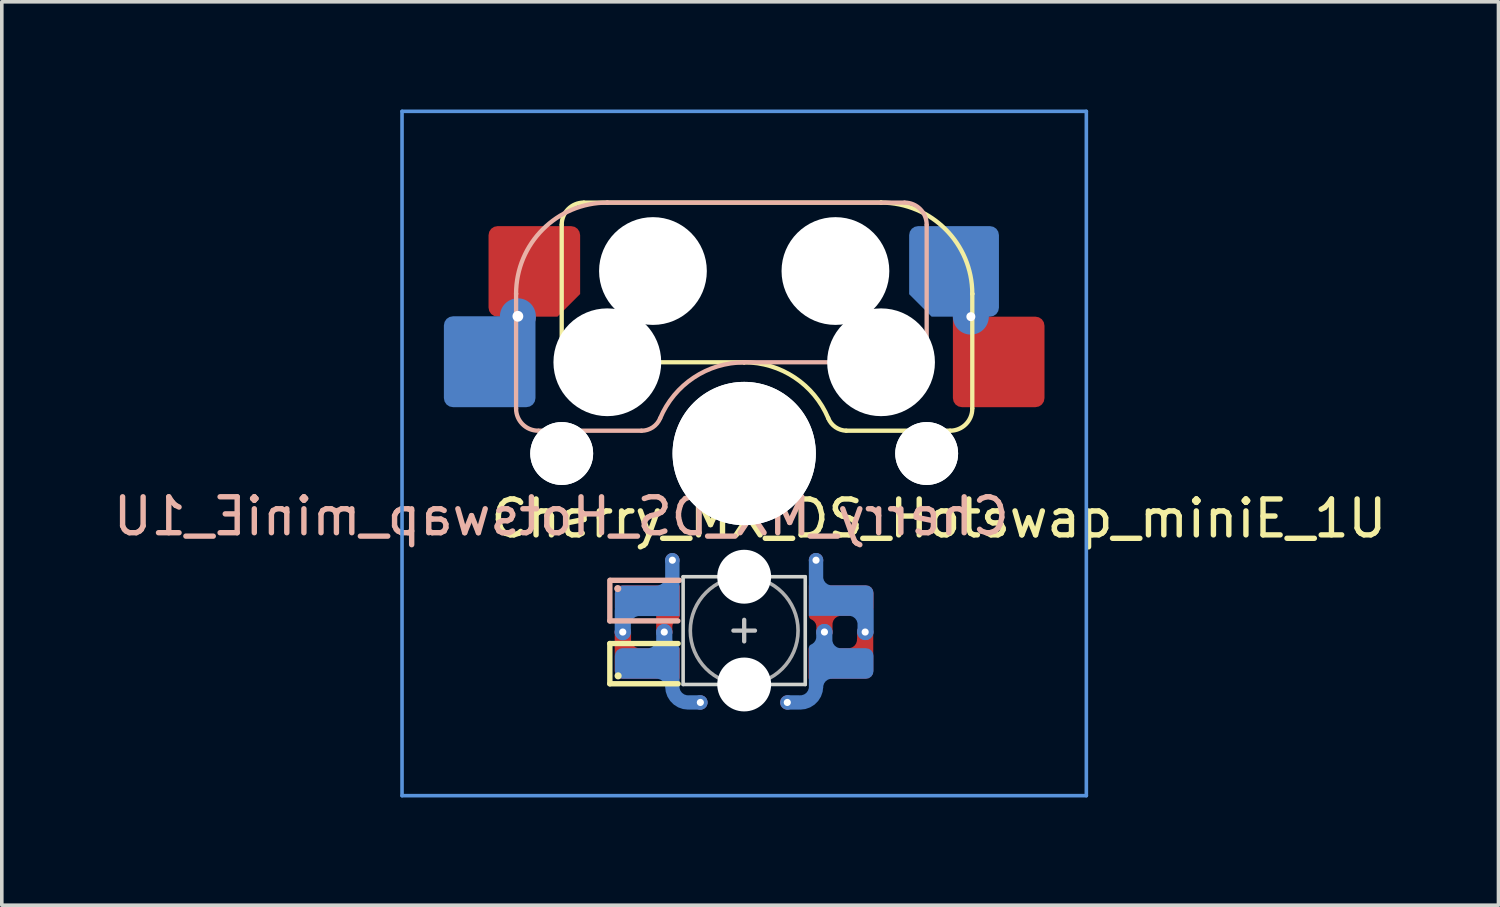
<source format=kicad_pcb>
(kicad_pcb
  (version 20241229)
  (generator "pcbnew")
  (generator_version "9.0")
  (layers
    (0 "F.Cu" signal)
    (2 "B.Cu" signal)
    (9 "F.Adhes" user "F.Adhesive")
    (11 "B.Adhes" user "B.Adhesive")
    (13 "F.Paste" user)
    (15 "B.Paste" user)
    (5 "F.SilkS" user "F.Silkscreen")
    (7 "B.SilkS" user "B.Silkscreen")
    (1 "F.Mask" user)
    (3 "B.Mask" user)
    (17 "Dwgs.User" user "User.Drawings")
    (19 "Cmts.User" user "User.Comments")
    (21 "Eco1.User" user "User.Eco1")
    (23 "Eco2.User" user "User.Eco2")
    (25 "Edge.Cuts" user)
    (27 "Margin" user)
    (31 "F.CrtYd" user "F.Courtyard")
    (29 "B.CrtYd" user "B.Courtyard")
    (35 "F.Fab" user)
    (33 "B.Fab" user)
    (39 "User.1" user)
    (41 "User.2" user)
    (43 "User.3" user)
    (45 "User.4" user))
  (footprint "Cherry_MX_DS_Hotswap_miniE_1U"
    (layer "F.Cu")
    (at 17.667 9.575)
    (property "Reference" "Cherry_MX_DS_Hotswap_miniE_1U" (at 5.42 1.81 0) (layer "F.SilkS") (effects (font (size 1 1) (thickness 0.15))))
    (attr through_hole)
    (fp_line (start -5.08 -6.37) (end -5.08 -2.54) (stroke (width 0.12) (type solid)) (layer "F.SilkS"))
    (fp_line (start -5.08 -2.54) (end -5.08 -2.54) (stroke (width 0.12) (type solid)) (layer "F.SilkS"))
    (fp_line (start -5.08 -2.54) (end -5.08 -2.54) (stroke (width 0.12) (type solid)) (layer "F.SilkS"))
    (fp_line (start -3.74 5.29) (end -3.74 6.41) (stroke (width 0.15) (type solid)) (layer "F.SilkS"))
    (fp_line (start -3.74 5.29) (end -1.84 5.29) (stroke (width 0.15) (type solid)) (layer "F.SilkS"))
    (fp_line (start -3.74 6.41) (end -1.84 6.41) (stroke (width 0.15) (type solid)) (layer "F.SilkS"))
    (fp_line (start 0 -2.54) (end -5.08 -2.54) (stroke (width 0.12) (type solid)) (layer "F.SilkS"))
    (fp_line (start 0 -2.54) (end 0 -2.54) (stroke (width 0.12) (type solid)) (layer "F.SilkS"))
    (fp_line (start 3.81 -6.985) (end -4.46 -6.985) (stroke (width 0.12) (type solid)) (layer "F.SilkS"))
    (fp_line (start 3.81 -6.985) (end 3.81 -6.985) (stroke (width 0.12) (type solid)) (layer "F.SilkS"))
    (fp_line (start 5.73 -0.635) (end 2.84 -0.635) (stroke (width 0.12) (type solid)) (layer "F.SilkS"))
    (fp_line (start 6.35 -4.445) (end 6.35 -4.445) (stroke (width 0.12) (type solid)) (layer "F.SilkS"))
    (fp_line (start 6.35 -4.445) (end 6.35 -1.26) (stroke (width 0.12) (type solid)) (layer "F.SilkS"))
    (fp_arc (start -5.080129 -6.37) (mid -4.9 -6.80487) (end -4.465129 -6.985) (stroke (width 0.12) (type default)) (layer "F.SilkS"))
    (fp_arc (start 0 -2.54) (mid 1.405313 -2.115202) (end 2.34 -0.983072) (stroke (width 0.12) (type solid)) (layer "F.SilkS"))
    (fp_arc (start 2.840072 -0.635) (mid 2.539136 -0.734324) (end 2.34 -0.980845) (stroke (width 0.12) (type default)) (layer "F.SilkS"))
    (fp_arc (start 3.81 -6.985) (mid 5.606051 -6.241051) (end 6.35 -4.445) (stroke (width 0.12) (type solid)) (layer "F.SilkS"))
    (fp_arc (start 6.35 -1.25) (mid 6.169871 -0.815129) (end 5.735 -0.635) (stroke (width 0.12) (type default)) (layer "F.SilkS"))
    (fp_circle (center -3.51 6.19) (end -3.41 6.19) (stroke (width 0) (type solid)) (fill yes) (layer "F.SilkS"))
    (fp_line (start -6.35 -4.445) (end -6.35 -4.445) (stroke (width 0.12) (type solid)) (layer "B.SilkS"))
    (fp_line (start -6.35 -1.25) (end -6.35 -4.445) (stroke (width 0.12) (type solid)) (layer "B.SilkS"))
    (fp_line (start -3.81 -6.985) (end -3.81 -6.985) (stroke (width 0.12) (type solid)) (layer "B.SilkS"))
    (fp_line (start -3.74 3.53) (end -3.74 4.66) (stroke (width 0.15) (type solid)) (layer "B.SilkS"))
    (fp_line (start -3.74 4.66) (end -1.846 4.66) (stroke (width 0.15) (type solid)) (layer "B.SilkS"))
    (fp_line (start -2.86 -0.635) (end -5.72 -0.635) (stroke (width 0.12) (type solid)) (layer "B.SilkS"))
    (fp_line (start -1.8 3.53) (end -3.724 3.53) (stroke (width 0.15) (type solid)) (layer "B.SilkS"))
    (fp_line (start 0 -2.54) (end 0 -2.54) (stroke (width 0.12) (type solid)) (layer "B.SilkS"))
    (fp_line (start 0 -2.54) (end 5.08 -2.54) (stroke (width 0.12) (type solid)) (layer "B.SilkS"))
    (fp_line (start 4.46 -6.985) (end -3.81 -6.985) (stroke (width 0.12) (type solid)) (layer "B.SilkS"))
    (fp_line (start 5.08 -6.36) (end 5.08 -2.54) (stroke (width 0.12) (type solid)) (layer "B.SilkS"))
    (fp_line (start 5.08 -2.54) (end 5.08 -2.54) (stroke (width 0.12) (type solid)) (layer "B.SilkS"))
    (fp_line (start 5.08 -2.54) (end 5.08 -2.54) (stroke (width 0.12) (type solid)) (layer "B.SilkS"))
    (fp_arc (start -6.35 -4.445) (mid -5.606051 -6.241051) (end -3.81 -6.985) (stroke (width 0.12) (type solid)) (layer "B.SilkS"))
    (fp_arc (start -5.735129 -0.635) (mid -6.169981 -0.81514) (end -6.350129 -1.25) (stroke (width 0.12) (type default)) (layer "B.SilkS"))
    (fp_arc (start -2.34 -0.98) (mid -2.547382 -0.727883) (end -2.859999 -0.633863) (stroke (width 0.12) (type default)) (layer "B.SilkS"))
    (fp_arc (start -2.34 -0.98) (mid -1.405313 -2.11213) (end 0 -2.536928) (stroke (width 0.12) (type solid)) (layer "B.SilkS"))
    (fp_arc (start 4.465 -6.985) (mid 4.899871 -6.804871) (end 5.08 -6.37) (stroke (width 0.12) (type default)) (layer "B.SilkS"))
    (fp_circle (center -3.52 3.76) (end -3.62 3.76) (stroke (width 0) (type solid)) (fill yes) (layer "B.SilkS"))
    (fp_line (start 0 4.63) (end 0 5.23) (stroke (width 0.12) (type solid)) (layer "Dwgs.User"))
    (fp_line (start 0.3 4.93) (end -0.3 4.93) (stroke (width 0.12) (type solid)) (layer "Dwgs.User"))
    (fp_line (start -9.525 -9.525) (end -9.525 9.525) (stroke (width 0.1) (type solid)) (layer "Cmts.User"))
    (fp_line (start -9.525 -9.525) (end 9.525 -9.525) (stroke (width 0.1) (type solid)) (layer "Cmts.User"))
    (fp_line (start -9.525 9.525) (end 9.525 9.525) (stroke (width 0.1) (type solid)) (layer "Cmts.User"))
    (fp_line (start 9.525 -9.525) (end 9.525 9.525) (stroke (width 0.1) (type solid)) (layer "Cmts.User"))
    (fp_line (start -1.7 3.43) (end -1.7 6.43) (stroke (width 0.1) (type solid)) (layer "Edge.Cuts"))
    (fp_line (start -1.7 3.43) (end 1.7 3.43) (stroke (width 0.1) (type solid)) (layer "Edge.Cuts"))
    (fp_line (start -1.7 6.43) (end 1.7 6.43) (stroke (width 0.1) (type solid)) (layer "Edge.Cuts"))
    (fp_line (start 1.7 6.43) (end 1.7 3.43) (stroke (width 0.1) (type solid)) (layer "Edge.Cuts"))
    (fp_circle (center 0 4.93) (end 0 6.43) (stroke (width 0.1) (type solid)) (fill no) (layer "F.Fab"))
    (fp_rect (start -7 -7) (end 7 7) (stroke (width 0.12) (type default)) (fill no) (layer "User.4"))
    (fp_text user "${REFERENCE}" (at -5.09 1.75 0) (layer "B.SilkS") (effects (font (size 1 1) (thickness 0.15)) (justify mirror)))
    (pad "" np_thru_hole circle (at -5.08 0) (size 1.75 1.75) (drill 1.75) (layers "*.Cu" "*.Mask"))
    (pad "" np_thru_hole circle (at -5.08 0) (size 1.75 1.75) (drill 1.75) (layers "*.Cu" "*.Mask"))
    (pad "" np_thru_hole circle (at -3.81 -2.54) (size 3 3) (drill 3) (layers "*.Cu" "*.Mask"))
    (pad "" smd roundrect (at -2.855 4.09) (size 1.49 0.84) (layers "B.Mask") (roundrect_rratio 0.25) (chamfer_ratio 0.5) (chamfer top_left))
    (pad "" smd roundrect (at -2.855 5.85 180) (size 1.49 0.84) (layers "F.Mask") (roundrect_rratio 0.25) (chamfer_ratio 0.5) (chamfer top_right))
    (pad "" smd roundrect (at -2.69 5.84) (size 1.82 0.84) (layers "B.Mask") (roundrect_rratio 0.25) (chamfer_ratio 0) (chamfer top_right bottom_right))
    (pad "" smd roundrect (at -2.685 4.095 180) (size 1.83 0.85) (layers "F.Mask") (roundrect_rratio 0.25) (chamfer_ratio 0) (chamfer top_left bottom_left))
    (pad "" np_thru_hole circle (at -2.54 -5.08) (size 3 3) (drill 3) (layers "*.Cu" "*.Mask"))
    (pad "" smd rect (at -2.47 4.09) (size 1.38 0.84) (layers "B.Mask"))
    (pad "" smd rect (at -2.47 5.85 180) (size 1.38 0.84) (layers "F.Mask"))
    (pad "" np_thru_hole circle (at 0 0) (size 3.988 3.988) (drill 3.988) (layers "*.Cu" "*.Mask"))
    (pad "" np_thru_hole circle (at 0 0) (size 3.988 3.988) (drill 3.988) (layers "*.Cu" "*.Mask"))
    (pad "" np_thru_hole circle (at 0 3.43) (size 1.5 1.5) (drill 1.5) (layers "*.Cu" "*.Mask"))
    (pad "" np_thru_hole circle (at 0 6.43) (size 1.5 1.5) (drill 1.5) (layers "*.Cu" "*.Mask"))
    (pad "" np_thru_hole circle (at 2.54 -5.08) (size 3 3) (drill 3) (layers "*.Cu" "*.Mask"))
    (pad "" smd roundrect (at 2.685 5.855) (size 1.83 0.85) (layers "F.Mask") (roundrect_rratio 0.25) (chamfer_ratio 0) (chamfer top_left bottom_left))
    (pad "" smd roundrect (at 2.69 4.095 180) (size 1.82 0.84) (layers "B.Mask") (roundrect_rratio 0.25) (chamfer_ratio 0) (chamfer top_right bottom_right))
    (pad "" smd roundrect (at 2.69 4.095) (size 1.82 0.85) (layers "F.Mask") (roundrect_rratio 0.25) (chamfer_ratio 0) (chamfer top_left bottom_left))
    (pad "" smd roundrect (at 2.69 5.845 180) (size 1.82 0.85) (layers "B.Mask") (roundrect_rratio 0.25) (chamfer_ratio 0) (chamfer top_right bottom_right))
    (pad "" np_thru_hole circle (at 3.81 -2.54) (size 3 3) (drill 3) (layers "*.Cu" "*.Mask"))
    (pad "" np_thru_hole circle (at 5.08 0) (size 1.75 1.75) (drill 1.75) (layers "*.Cu" "*.Mask"))
    (pad "" np_thru_hole circle (at 5.08 0) (size 1.75 1.75) (drill 1.75) (layers "*.Cu" "*.Mask"))
    (pad "1" thru_hole circle (at 1.2 6.93 180) (size 0.4 0.4) (drill 0.2) (layers "*.Cu"))
    (pad "1" thru_hole circle (at 2.234 4.969) (size 0.45 0.45) (drill 0.2) (layers "*.Cu"))
    (pad "1" smd custom (at 2.7 4.095 180) (size 0.85 0.85) (layers "F.Cu") (options (anchor circle)) (primitives (gr_arc (start 0.44 -0.665) (mid 0.311126 -0.353874) (end 0 -0.225) (width 0.4)) (gr_arc (start 0.798298 -0.429684) (mid 0.645594 -0.555573) (end 0.588284 -0.744999) (width 0.2)) (gr_line (start 0.466 -0.874) (end 0.466 -0.184) (width 0.45)) (gr_poly (pts (xy -0.9 -0.212) (xy -0.884 -0.294) (xy -0.838 -0.363) (xy -0.769 -0.409) (xy -0.688 -0.425) (xy 0.9 -0.425) (xy 0.9 0.425) (xy -0.688 0.425) (xy -0.769 0.409) (xy -0.838 0.363) (xy -0.884 0.294) (xy -0.9 0.212)) (width 0) (fill yes))))
    (pad "1" smd custom (at 2.7 5.845 180) (size 0.85 0.85) (layers "B.Cu") (options (anchor circle)) (primitives (gr_arc (start 0.698874 -0.666126) (mid 0.57 -0.355) (end 0.258874 -0.226126) (width 0.4)) (gr_arc (start 0.7 -0.645) (mid 0.828874 -0.956126) (end 1.14 -1.085) (width 0.4)) (gr_line (start 1.18 -1.085) (end 1.48 -1.085) (width 0.4)) (gr_line (start 0.7 -0.645) (end 0.7 -0.165) (width 0.4)) (gr_line (start 0.47 0.875) (end 0.47 0.275) (width 0.45)) (gr_arc (start 0.592691 0.750315) (mid 0.650001 0.56089) (end 0.802705 0.435002) (width 0.2)) (gr_arc (start 0.005 0.225) (mid 0.316126 0.353874) (end 0.445 0.665) (width 0.4)) (gr_poly (pts (xy -0.9 -0.212) (xy -0.884 -0.294) (xy -0.838 -0.363) (xy -0.769 -0.409) (xy -0.688 -0.425) (xy 0.9 -0.425) (xy 0.9 0.425) (xy -0.688 0.425) (xy -0.769 0.409) (xy -0.838 0.363) (xy -0.884 0.294) (xy -0.9 0.212)) (width 0) (fill yes))))
    (pad "2" thru_hole circle (at 2 2.97) (size 0.4 0.4) (drill 0.2) (layers "*.Cu"))
    (pad "2" smd custom (at 2.693 5.845) (size 0.85 0.85) (layers "F.Cu") (options (anchor circle)) (primitives (gr_arc (start 0.645874 -0.666126) (mid 0.517 -0.355) (end 0.205874 -0.226126) (width 0.4)) (gr_line (start 0.675 -0.875) (end 0.675 -0.135) (width 0.45)) (gr_poly (pts (xy -0.9 -0.425) (xy 0.9 -0.425) (xy 0.9 0.212) (xy 0.884 0.294) (xy 0.838 0.363) (xy 0.769 0.409) (xy 0.688 0.425) (xy -0.9 0.425)) (width 0) (fill yes))))
    (pad "2" smd custom (at 2.7 4.095) (size 0.85 0.85) (layers "B.Cu") (options (anchor circle)) (primitives (gr_poly (pts (xy -0.9 -0.425) (xy 0.688 -0.425) (xy 0.769 -0.409) (xy 0.838 -0.363) (xy 0.884 -0.294) (xy 0.9 -0.212) (xy 0.9 0.212) (xy 0.884 0.294) (xy 0.838 0.363) (xy 0.769 0.409) (xy 0.688 0.425) (xy -0.9 0.425)) (width 0) (fill yes)) (gr_line (start -0.7 -1.125) (end -0.7 -0.225) (width 0.4)) (gr_arc (start -0.26 -0.226126) (mid -0.571126 -0.355) (end -0.7 -0.666126) (width 0.4)) (gr_line (start 0.68 0.875) (end 0.68 0.275) (width 0.45)) (gr_arc (start 0.215 0.225) (mid 0.526126 0.353874) (end 0.655 0.665) (width 0.4))))
    (pad "2" thru_hole circle (at 3.368 4.97) (size 0.45 0.45) (drill 0.2) (layers "*.Cu"))
    (pad "3" thru_hole circle (at -3.38 4.97) (size 0.45 0.45) (drill 0.2) (layers "*.Cu"))
    (pad "3" smd custom (at -2.705 5.845) (size 0.85 0.85) (layers "F.Cu") (options (anchor circle)) (primitives (gr_arc (start -0.205 -0.225) (mid -0.516126 -0.353874) (end -0.645 -0.665) (width 0.4)) (gr_poly (pts (xy -0.494 -0.354) (xy -0.85 -0.354) (xy -0.85 -0.887) (xy -0.494 -0.887)) (width 0.1) (fill yes)) (gr_poly (pts (xy -0.9 -0.425) (xy 0.91 -0.425) (xy 0.91 0.425) (xy -0.688 0.425) (xy -0.769 0.409) (xy -0.838 0.363) (xy -0.884 0.294) (xy -0.9 0.212)) (width 0) (fill yes))))
    (pad "3" smd custom (at -2.7 4.1) (size 0.85 0.85) (layers "B.Cu") (options (anchor circle)) (primitives (gr_poly (pts (xy 0.9 -0.425) (xy -0.688 -0.425) (xy -0.769 -0.409) (xy -0.838 -0.363) (xy -0.884 -0.294) (xy -0.9 -0.212) (xy -0.9 0.212) (xy -0.884 0.294) (xy -0.838 0.363) (xy -0.769 0.409) (xy -0.688 0.425) (xy 0.9 0.425)) (width 0) (fill yes)) (gr_line (start 0.7 -0.225) (end 0.7 -1.125) (width 0.4)) (gr_arc (start 0.7 -0.666126) (mid 0.571126 -0.355) (end 0.26 -0.226126) (width 0.4)) (gr_line (start -0.68 0.275) (end -0.68 0.875) (width 0.45)) (gr_arc (start -0.655 0.665) (mid -0.526126 0.353874) (end -0.215 0.225) (width 0.4))))
    (pad "3" thru_hole circle (at -2 2.97) (size 0.4 0.4) (drill 0.2) (layers "*.Cu"))
    (pad "4" smd custom (at -2.7 4.095 180) (size 0.85 0.85) (layers "F.Cu") (options (anchor circle)) (primitives (gr_line (start -0.475 -0.875) (end -0.475 -0.235) (width 0.45)) (gr_arc (start -0.599987 -0.740315) (mid -0.657296 -0.550889) (end -0.81 -0.425001) (width 0.2)) (gr_poly (pts (xy -0.91 -0.425) (xy 0.688 -0.425) (xy 0.769 -0.409) (xy 0.838 -0.363) (xy 0.884 -0.294) (xy 0.9 -0.212) (xy 0.9 0.212) (xy 0.884 0.294) (xy 0.838 0.363) (xy 0.769 0.409) (xy 0.688 0.425) (xy -0.91 0.425)) (width 0) (fill yes))))
    (pad "4" smd custom (at -2.7 5.845 180) (size 0.85 0.85) (layers "B.Cu") (options (anchor circle)) (primitives (gr_arc (start -0.26 -0.226126) (mid -0.571126 -0.355) (end -0.7 -0.666126) (width 0.4)) (gr_line (start -0.7 -0.645) (end -0.7 -0.165) (width 0.4)) (gr_arc (start -1.14 -1.085) (mid -0.828874 -0.956126) (end -0.7 -0.645) (width 0.4)) (gr_line (start -1.18 -1.085) (end -1.48 -1.085) (width 0.4)) (gr_line (start -0.475 0.875) (end -0.475 0.275) (width 0.45)) (gr_arc (start -0.8 0.415) (mid -0.647296 0.540889) (end -0.589986 0.730315) (width 0.2)) (gr_arc (start -0.45 0.665) (mid -0.321126 0.353874) (end -0.01 0.225) (width 0.4)) (gr_poly (pts (xy -0.9 -0.425) (xy 0.688 -0.425) (xy 0.769 -0.409) (xy 0.838 -0.363) (xy 0.884 -0.294) (xy 0.9 -0.212) (xy 0.9 0.212) (xy 0.884 0.294) (xy 0.838 0.363) (xy 0.769 0.409) (xy 0.688 0.425) (xy -0.9 0.425)) (width 0) (fill yes))))
    (pad "4" thru_hole circle (at -2.225 4.97) (size 0.45 0.45) (drill 0.2) (layers "*.Cu"))
    (pad "4" thru_hole circle (at -1.22 6.93 180) (size 0.4 0.4) (drill 0.2) (layers "*.Cu"))
    (pad "5" smd roundrect (at -7.085 -2.555) (size 2.55 2.53) (layers "B.Cu" "B.Mask" "B.Paste") (roundrect_rratio 0.1) (chamfer_ratio 0) (chamfer top_right))
    (pad "5" thru_hole circle (at -6.3 -3.82) (size 1 1) (drill 0.3) (layers "*.Cu"))
    (pad "5" smd roundrect (at -5.842 -5.07) (size 2.55 2.52) (layers "F.Cu" "F.Mask" "F.Paste") (roundrect_rratio 0.1) (chamfer_ratio 0.25) (chamfer bottom_right))
    (pad "6" smd roundrect (at 5.842 -5.07) (size 2.5 2.52) (layers "B.Cu" "B.Mask" "B.Paste") (roundrect_rratio 0.1) (chamfer_ratio 0.25) (chamfer bottom_left))
    (pad "6" thru_hole circle (at 6.31 -3.81) (size 1 1) (drill 0.25) (layers "*.Cu"))
    (pad "6" smd roundrect (at 7.085 -2.55) (size 2.55 2.52) (layers "F.Cu" "F.Mask" "F.Paste") (roundrect_rratio 0.1) (chamfer_ratio 0) (chamfer top_left)))
  (gr_rect
    (start -3 -3)
    (end 38.665 22.15)
    (stroke (width 0.1) (type default))
    (fill no)
    (layer "Edge.Cuts")))
</source>
